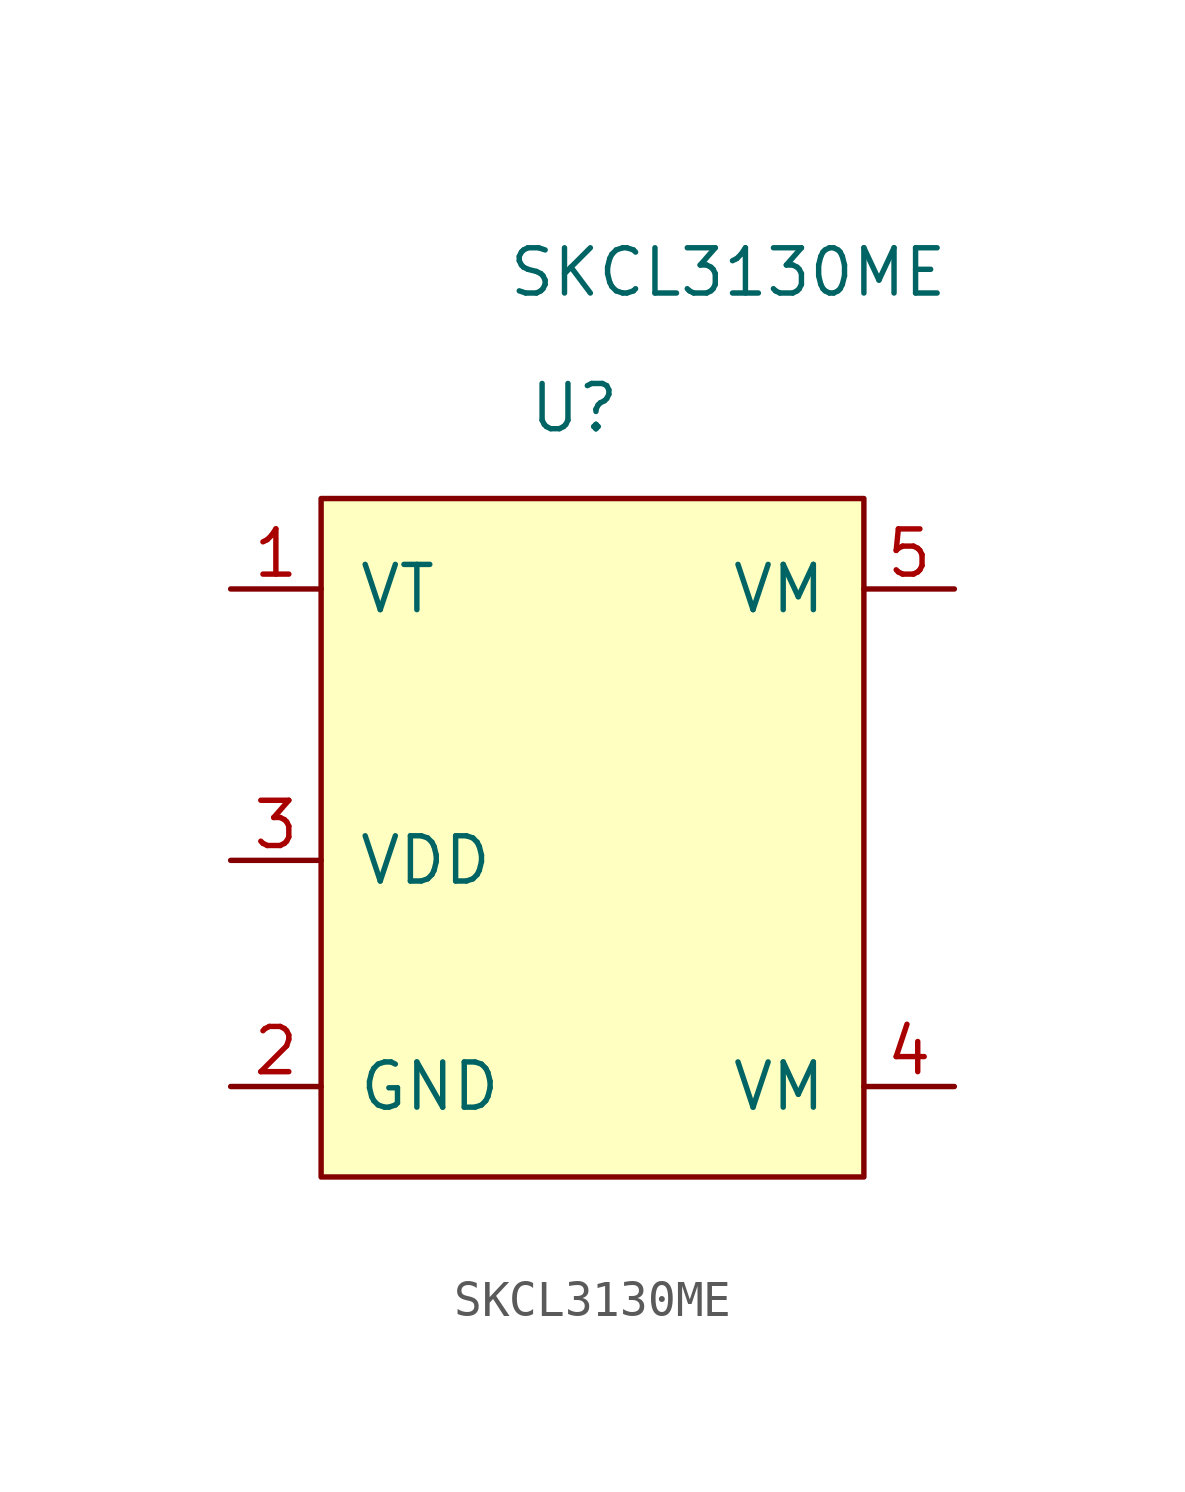
<source format=kicad_sym>
(kicad_symbol_lib
  (version 20231120)
  (generator "kicad_symbol_editor")
  (generator_version "8.0")
  (symbol "SKCL3130ME"
    (pin_names
      (offset 1.016))
    (property "Reference" "U"
      (at -0.508 11.43 0)
      (effects (font (size 1.27 1.27))))
    (property "Value" "SKCL3130ME"
      (at 3.81 15.24 0)
      (effects (font (size 1.27 1.27))))
    (symbol "SKCL3130ME_0_1"
      (rectangle (start -7.62 8.89) (end 7.62 -10.16) (stroke (width 0) (type default)) (fill (type background))))
    (symbol "SKCL3130ME_1_1"
      (pin input line (at -10.16 6.35 0) (length 2.54) (name "VT" (effects (font (size 1.27 1.27)))) (number "1" (effects (font (size 1.27 1.27)))))
      (pin input line (at -10.16 -7.62 0) (length 2.54) (name "GND" (effects (font (size 1.27 1.27)))) (number "2" (effects (font (size 1.27 1.27)))))
      (pin input line (at -10.16 -1.27 0) (length 2.54) (name "VDD" (effects (font (size 1.27 1.27)))) (number "3" (effects (font (size 1.27 1.27)))))
      (pin input line (at 10.16 -7.62 180) (length 2.54) (name "VM" (effects (font (size 1.27 1.27)))) (number "4" (effects (font (size 1.27 1.27)))))
      (pin input line (at 10.16 6.35 180) (length 2.54) (name "VM" (effects (font (size 1.27 1.27)))) (number "5" (effects (font (size 1.27 1.27))))))))
</source>
